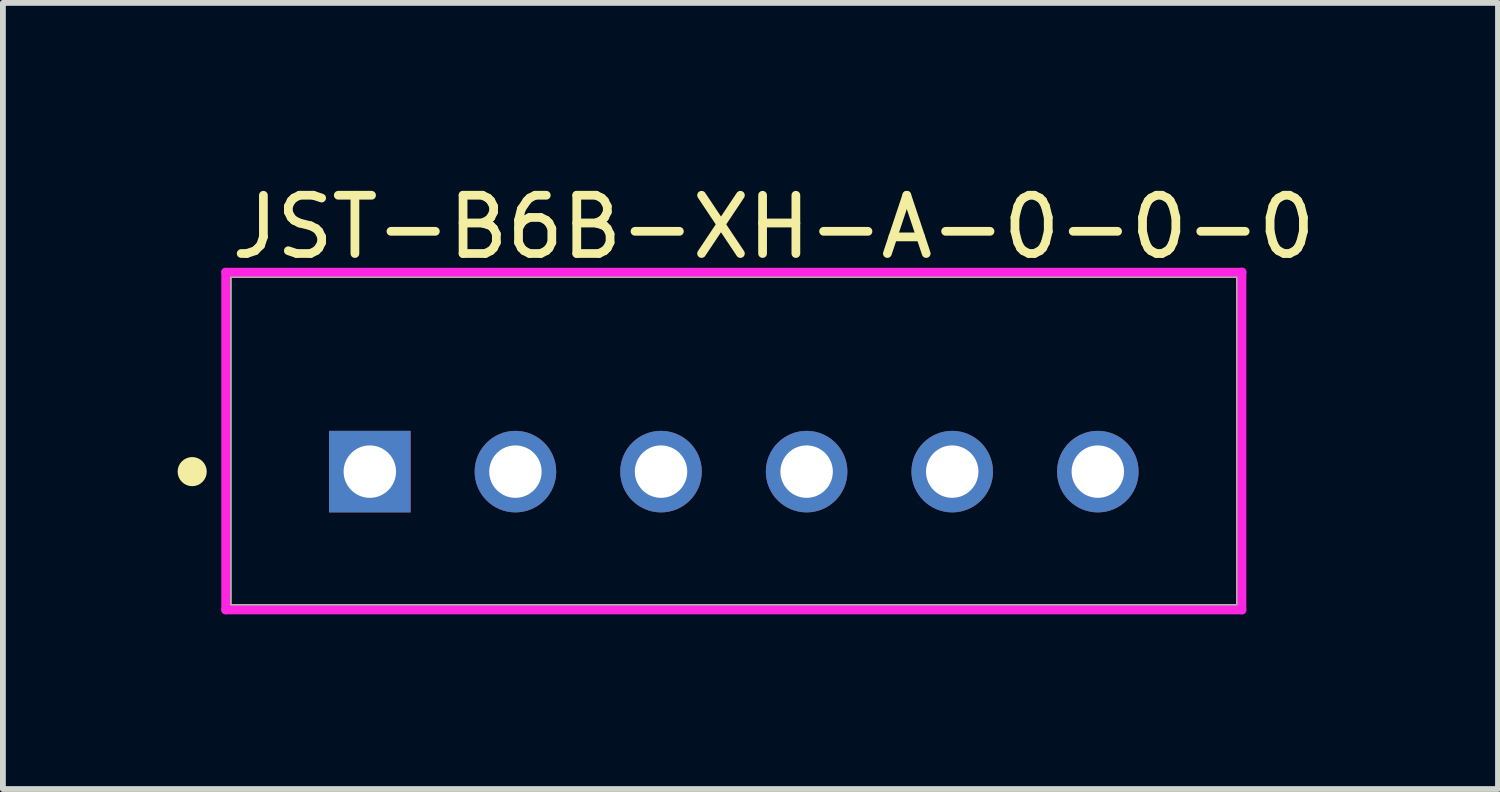
<source format=kicad_pcb>
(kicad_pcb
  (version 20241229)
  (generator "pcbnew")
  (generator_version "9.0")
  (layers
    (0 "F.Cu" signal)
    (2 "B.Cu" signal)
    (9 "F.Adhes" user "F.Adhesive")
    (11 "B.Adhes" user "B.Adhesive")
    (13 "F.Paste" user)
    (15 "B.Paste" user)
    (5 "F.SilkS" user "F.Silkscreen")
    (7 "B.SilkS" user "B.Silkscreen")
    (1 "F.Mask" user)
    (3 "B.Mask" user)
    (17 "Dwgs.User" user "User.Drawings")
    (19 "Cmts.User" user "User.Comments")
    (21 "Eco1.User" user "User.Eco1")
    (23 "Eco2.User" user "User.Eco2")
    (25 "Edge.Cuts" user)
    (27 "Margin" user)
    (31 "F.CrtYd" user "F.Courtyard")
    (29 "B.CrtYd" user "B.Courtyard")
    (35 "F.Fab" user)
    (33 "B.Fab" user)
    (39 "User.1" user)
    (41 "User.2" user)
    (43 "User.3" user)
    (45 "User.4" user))
  (footprint "JST-B6B-XH-A-0-0-0"
    (layer "F.Cu")
    (at 9.55 4.523)
    (property "Reference" "JST-B6B-XH-A-0-0-0" (at -8.7 -3.675 0) (layer "F.SilkS") (effects (font (size 1 1) (thickness 0.15)) (justify left)))
    (attr through_hole)
    (fp_line (start -8.7 -2.875) (end 8.7 -2.875) (stroke (width 0.15) (type solid)) (layer "F.SilkS"))
    (fp_line (start -8.7 2.875) (end -8.7 -2.875) (stroke (width 0.15) (type solid)) (layer "F.SilkS"))
    (fp_line (start -8.7 2.875) (end 8.7 2.875) (stroke (width 0.15) (type solid)) (layer "F.SilkS"))
    (fp_line (start 8.7 2.875) (end 8.7 -2.875) (stroke (width 0.15) (type solid)) (layer "F.SilkS"))
    (fp_circle (center -9.3 0.525) (end -9.175 0.525) (stroke (width 0.25) (type solid)) (fill no) (layer "F.SilkS"))
    (fp_line (start -8.725 -2.9) (end -8.725 2.9) (stroke (width 0.15) (type solid)) (layer "F.CrtYd"))
    (fp_line (start -8.725 2.9) (end 8.725 2.9) (stroke (width 0.15) (type solid)) (layer "F.CrtYd"))
    (fp_line (start 8.725 -2.9) (end -8.725 -2.9) (stroke (width 0.15) (type solid)) (layer "F.CrtYd"))
    (fp_line (start 8.725 -2.9) (end 8.725 -2.9) (stroke (width 0.15) (type solid)) (layer "F.CrtYd"))
    (fp_line (start 8.725 2.9) (end 8.725 -2.9) (stroke (width 0.15) (type solid)) (layer "F.CrtYd"))
    (fp_line (start -8.7 -2.875) (end 8.7 -2.875) (stroke (width 0.15) (type solid)) (layer "F.Fab"))
    (fp_line (start -8.7 2.875) (end -8.7 -2.875) (stroke (width 0.15) (type solid)) (layer "F.Fab"))
    (fp_line (start 8.7 -2.875) (end 8.7 2.875) (stroke (width 0.15) (type solid)) (layer "F.Fab"))
    (fp_line (start 8.7 2.875) (end -8.7 2.875) (stroke (width 0.15) (type solid)) (layer "F.Fab"))
    (pad "1" thru_hole rect (at -6.25 0.525) (size 1.4 1.4) (drill 0.9) (layers "*.Cu"))
    (pad "2" thru_hole circle (at -3.75 0.525) (size 1.4 1.4) (drill 0.9) (layers "*.Cu"))
    (pad "3" thru_hole circle (at -1.25 0.525) (size 1.4 1.4) (drill 0.9) (layers "*.Cu"))
    (pad "4" thru_hole circle (at 1.25 0.525) (size 1.4 1.4) (drill 0.9) (layers "*.Cu"))
    (pad "5" thru_hole circle (at 3.75 0.525) (size 1.4 1.4) (drill 0.9) (layers "*.Cu"))
    (pad "6" thru_hole circle (at 6.25 0.525) (size 1.4 1.4) (drill 0.9) (layers "*.Cu")))
  (gr_rect
    (start -3 -3)
    (end 22.671 10.498)
    (stroke (width 0.1) (type default))
    (fill no)
    (layer "Edge.Cuts")))
</source>
